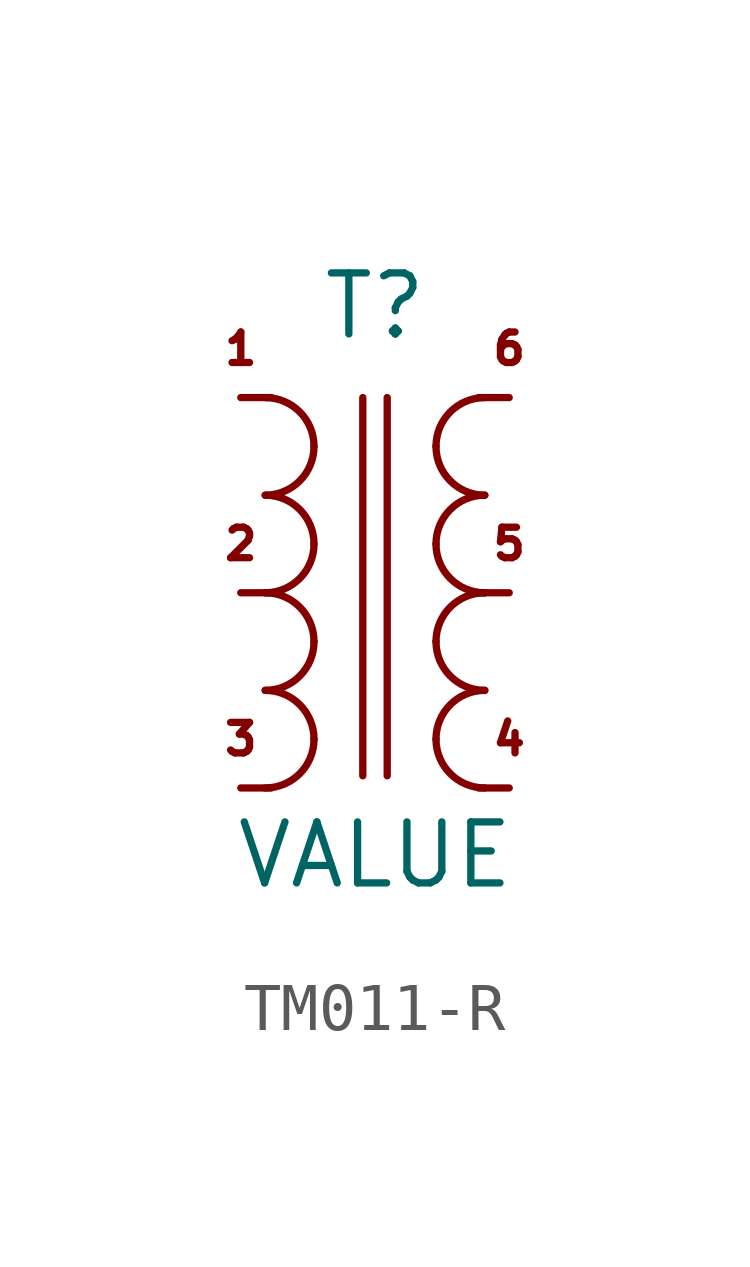
<source format=kicad_sym>
(kicad_symbol_lib
  (version 20231120)
  (generator "kicad_symbol_editor")
  (generator_version "8.0")
  (symbol "TM011-R"
    (pin_numbers hide)
    (pin_names
      (offset 1.016) hide)
    (property "Reference" "T"
      (at 0 5.715 0)
      (do_not_autoplace)
      (effects (font (size 1.27 1.27))))
    (property "Value" "VALUE"
      (at 0 -5.715 0)
      (do_not_autoplace)
      (effects (font (size 1.27 1.27))))
    (symbol "TM011-R_0_1"
      (arc (start -2.2858 -4.3178) (mid -1.5674 -4.0202) (end -1.2698 -3.3018) (stroke (width 0) (type default)) (fill (type none)))
      (arc (start -2.2859 -2.2859) (mid -1.5675 -1.9883) (end -1.2699 -1.2699) (stroke (width 0) (type default)) (fill (type none)))
      (arc (start -2.2859 -0.2539) (mid -1.5675 0.0437) (end -1.2699 0.7621) (stroke (width 0) (type default)) (fill (type none)))
      (arc (start -2.286 1.778) (mid -1.5676 2.0756) (end -1.27 2.794) (stroke (width 0) (type default)) (fill (type none)))
      (arc (start -1.2698 -3.3018) (mid -1.5674 -2.5834) (end -2.2858 -2.2858) (stroke (width 0) (type default)) (fill (type none)))
      (arc (start -1.2699 -1.2699) (mid -1.5675 -0.5515) (end -2.2859 -0.2539) (stroke (width 0) (type default)) (fill (type none)))
      (arc (start -1.2699 0.7621) (mid -1.5675 1.4805) (end -2.2859 1.7781) (stroke (width 0) (type default)) (fill (type none)))
      (arc (start -1.27 2.794) (mid -1.5676 3.5124) (end -2.286 3.81) (stroke (width 0) (type default)) (fill (type none)))
      (polyline (pts (xy -0.254 3.81) (xy -0.254 -4.064)) (stroke (width 0) (type default)) (fill (type none)))
      (polyline (pts (xy 0.254 3.81) (xy 0.254 -4.064)) (stroke (width 0) (type default)) (fill (type none)))
      (arc (start 1.2699 -3.3019) (mid 1.5675 -4.0203) (end 2.2859 -4.3179) (stroke (width 0) (type default)) (fill (type none)))
      (arc (start 1.27 -1.27) (mid 1.5676 -1.9884) (end 2.286 -2.286) (stroke (width 0) (type default)) (fill (type none)))
      (arc (start 1.27 0.762) (mid 1.5676 0.0436) (end 2.286 -0.254) (stroke (width 0) (type default)) (fill (type none)))
      (arc (start 1.2701 2.7939) (mid 1.5677 2.0755) (end 2.2861 1.7779) (stroke (width 0) (type default)) (fill (type none)))
      (arc (start 2.2859 -2.2859) (mid 1.5675 -2.5835) (end 1.2699 -3.3019) (stroke (width 0) (type default)) (fill (type none)))
      (arc (start 2.286 -0.254) (mid 1.5676 -0.5516) (end 1.27 -1.27) (stroke (width 0) (type default)) (fill (type none)))
      (arc (start 2.286 1.778) (mid 1.5676 1.4804) (end 1.27 0.762) (stroke (width 0) (type default)) (fill (type none)))
      (arc (start 2.2861 3.8099) (mid 1.5677 3.5123) (end 1.2701 2.7939) (stroke (width 0) (type default)) (fill (type none))))
    (symbol "TM011-R_1_1"
      (text "1" (at -2.794 4.826 0) (effects (font (size 0.635 0.635))))
      (text "2" (at -2.794 0.762 0) (effects (font (size 0.635 0.635))))
      (text "3" (at -2.794 -3.302 0) (effects (font (size 0.635 0.635))))
      (text "4" (at 2.794 -3.302 0) (effects (font (size 0.635 0.635))))
      (text "5" (at 2.794 0.762 0) (effects (font (size 0.635 0.635))))
      (text "6" (at 2.794 4.826 0) (effects (font (size 0.635 0.635))))
      (pin input line (at -2.794 3.81 0) (length 0.635) (name "1" (effects (font (size 1.27 1.27)))) (number "1" (effects (font (size 1.27 1.27)))))
      (pin input line (at -2.794 -0.254 0) (length 0.635) (name "2" (effects (font (size 1.27 1.27)))) (number "2" (effects (font (size 1.27 1.27)))))
      (pin input line (at -2.794 -4.318 0) (length 0.635) (name "3" (effects (font (size 1.27 1.27)))) (number "3" (effects (font (size 1.27 1.27)))))
      (pin input line (at 2.794 -4.318 180) (length 0.635) (name "4" (effects (font (size 1.27 1.27)))) (number "4" (effects (font (size 1.27 1.27)))))
      (pin input line (at 2.794 -0.254 180) (length 0.635) (name "5" (effects (font (size 1.27 1.27)))) (number "5" (effects (font (size 1.27 1.27)))))
      (pin input line (at 2.794 3.81 180) (length 0.635) (name "6" (effects (font (size 1.27 1.27)))) (number "6" (effects (font (size 1.27 1.27))))))))
</source>
